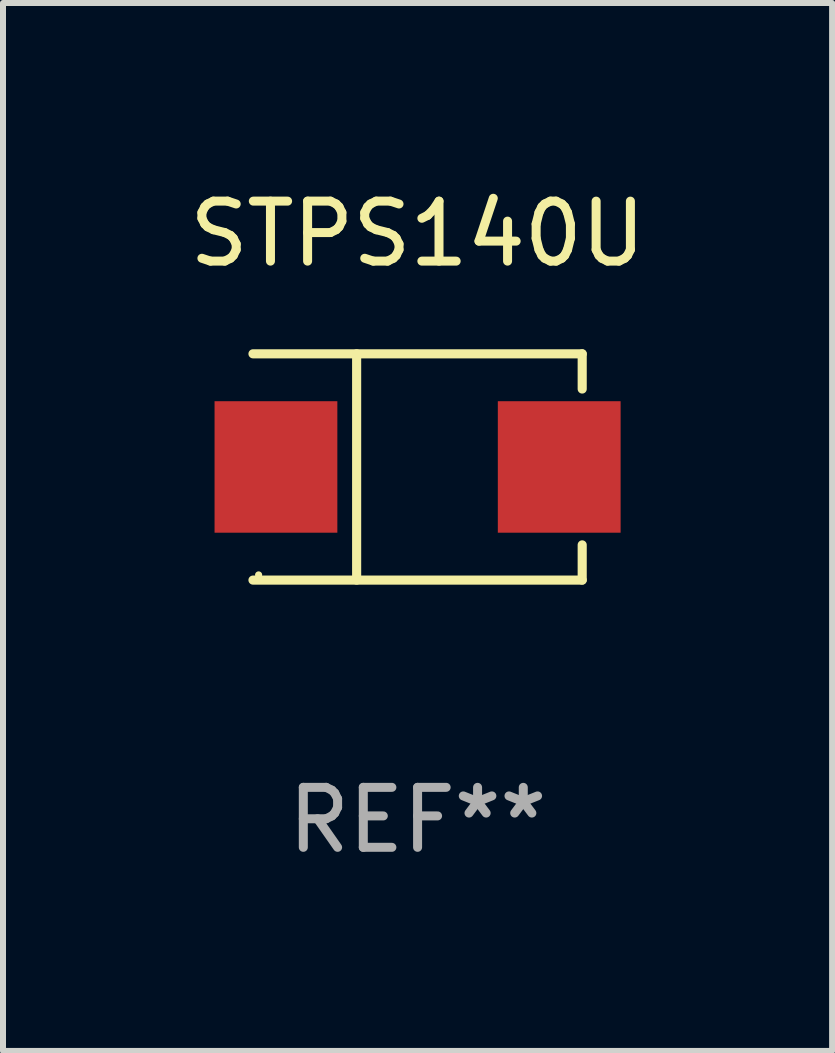
<source format=kicad_pcb>
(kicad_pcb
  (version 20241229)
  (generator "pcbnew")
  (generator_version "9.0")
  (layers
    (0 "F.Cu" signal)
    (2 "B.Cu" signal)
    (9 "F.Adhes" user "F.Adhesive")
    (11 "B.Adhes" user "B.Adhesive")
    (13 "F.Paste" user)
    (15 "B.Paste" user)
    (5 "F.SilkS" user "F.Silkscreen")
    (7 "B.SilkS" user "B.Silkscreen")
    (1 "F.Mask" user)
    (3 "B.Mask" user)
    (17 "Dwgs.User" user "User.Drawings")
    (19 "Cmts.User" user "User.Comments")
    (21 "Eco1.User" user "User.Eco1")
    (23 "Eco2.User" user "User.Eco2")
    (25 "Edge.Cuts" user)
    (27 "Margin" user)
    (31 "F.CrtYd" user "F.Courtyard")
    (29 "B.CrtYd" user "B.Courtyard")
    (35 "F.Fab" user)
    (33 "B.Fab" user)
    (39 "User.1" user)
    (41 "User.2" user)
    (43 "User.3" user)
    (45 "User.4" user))
  (footprint "STPS140U"
    (layer "F.Cu")
    (at 3.911 4.734)
    (property "Reference" "STPS140U" (at 0 -3.886 0) (layer "F.SilkS") (effects (font (size 1 1) (thickness 0.15))))
    (attr through_hole)
    (fp_line (start -2.744 -1.886) (end 2.744 -1.886) (stroke (width 0.152) (type solid)) (layer "F.SilkS"))
    (fp_line (start -2.744 1.886) (end 2.744 1.886) (stroke (width 0.152) (type solid)) (layer "F.SilkS"))
    (fp_line (start -1.016 -1.886) (end -1.016 1.886) (stroke (width 0.152) (type solid)) (layer "F.SilkS"))
    (fp_line (start 2.744 -1.886) (end 2.744 -1.299) (stroke (width 0.152) (type solid)) (layer "F.SilkS"))
    (fp_line (start 2.744 1.886) (end 2.744 1.299) (stroke (width 0.152) (type solid)) (layer "F.SilkS"))
    (fp_circle (center -2.65 1.8) (end -2.62 1.8) (stroke (width 0.06) (type solid)) (fill no) (layer "F.SilkS"))
    (fp_text user "REF**" (at 0 5.886 0) (layer "F.Fab") (effects (font (size 1 1) (thickness 0.15))))
    (pad "1" smd rect (at -2.361 0) (size 2.047 2.192) (layers "F.Cu" "F.Mask" "F.Paste"))
    (pad "2" smd rect (at 2.361 0) (size 2.047 2.192) (layers "F.Cu" "F.Mask" "F.Paste")))
  (gr_rect
    (start -3 -3)
    (end 10.821 14.469)
    (stroke (width 0.1) (type default))
    (fill no)
    (layer "Edge.Cuts")))
</source>
